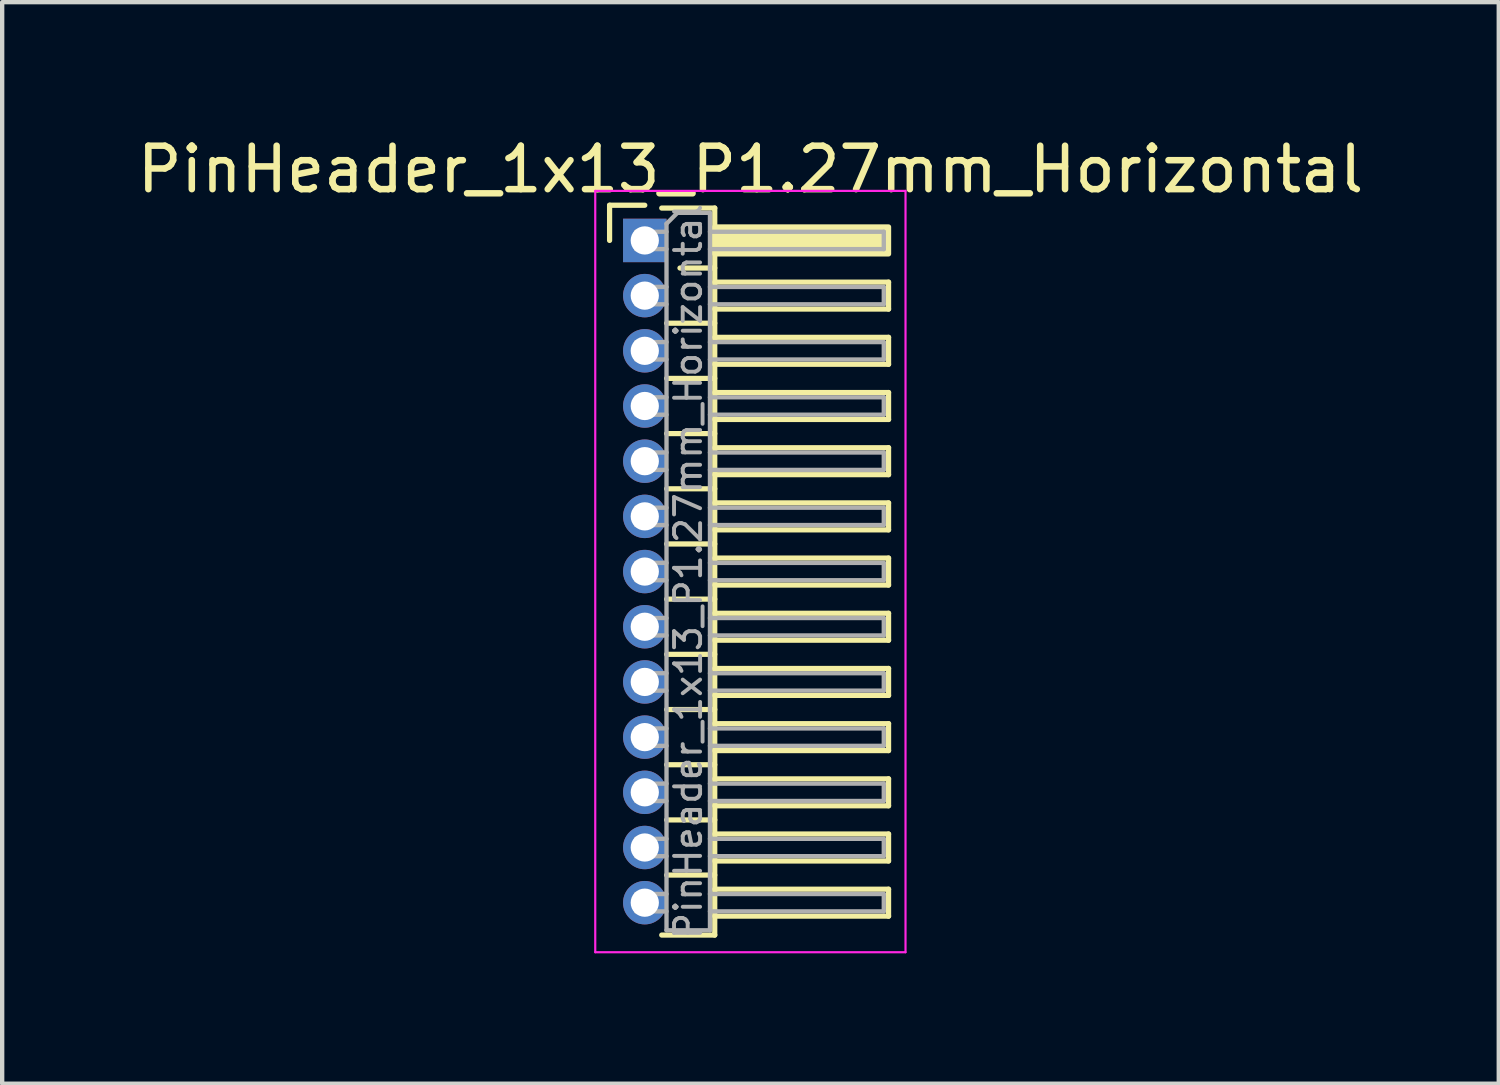
<source format=kicad_pcb>
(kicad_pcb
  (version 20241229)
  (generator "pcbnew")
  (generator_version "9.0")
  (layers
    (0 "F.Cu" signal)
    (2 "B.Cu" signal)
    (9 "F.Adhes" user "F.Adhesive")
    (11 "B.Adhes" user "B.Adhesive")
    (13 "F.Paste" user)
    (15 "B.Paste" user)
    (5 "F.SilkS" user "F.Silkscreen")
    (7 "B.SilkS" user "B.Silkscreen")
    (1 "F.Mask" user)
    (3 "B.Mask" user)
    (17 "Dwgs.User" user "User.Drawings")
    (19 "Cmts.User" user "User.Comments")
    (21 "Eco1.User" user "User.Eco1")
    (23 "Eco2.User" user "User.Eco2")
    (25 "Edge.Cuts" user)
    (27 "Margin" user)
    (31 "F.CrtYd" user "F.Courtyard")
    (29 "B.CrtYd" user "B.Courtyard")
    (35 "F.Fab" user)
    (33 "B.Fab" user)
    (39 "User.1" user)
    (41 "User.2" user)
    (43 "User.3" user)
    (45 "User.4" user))
  (footprint "PinHeader_1x13_P1.27mm_Horizontal"
    (layer "F.Cu")
    (at 11.788 2.483)
    (property "Reference" "PinHeader_1x13_P1.27mm_Horizontal" (at 2.433 -1.635 0) (layer "F.SilkS") (effects (font (size 1 1) (thickness 0.15))))
    (attr through_hole)
    (fp_line (start -0.81 -0.81) (end 0 -0.81) (stroke (width 0.12) (type solid)) (layer "F.SilkS"))
    (fp_line (start -0.81 0) (end -0.81 -0.81) (stroke (width 0.12) (type solid)) (layer "F.SilkS"))
    (fp_line (start 0.39 -0.745) (end 1.61 -0.745) (stroke (width 0.12) (type solid)) (layer "F.SilkS"))
    (fp_line (start 0.503 1.905) (end 1.61 1.905) (stroke (width 0.12) (type solid)) (layer "F.SilkS"))
    (fp_line (start 0.503 3.175) (end 1.61 3.175) (stroke (width 0.12) (type solid)) (layer "F.SilkS"))
    (fp_line (start 0.503 4.445) (end 1.61 4.445) (stroke (width 0.12) (type solid)) (layer "F.SilkS"))
    (fp_line (start 0.503 5.715) (end 1.61 5.715) (stroke (width 0.12) (type solid)) (layer "F.SilkS"))
    (fp_line (start 0.503 6.985) (end 1.61 6.985) (stroke (width 0.12) (type solid)) (layer "F.SilkS"))
    (fp_line (start 0.503 8.255) (end 1.61 8.255) (stroke (width 0.12) (type solid)) (layer "F.SilkS"))
    (fp_line (start 0.503 9.525) (end 1.61 9.525) (stroke (width 0.12) (type solid)) (layer "F.SilkS"))
    (fp_line (start 0.503 10.795) (end 1.61 10.795) (stroke (width 0.12) (type solid)) (layer "F.SilkS"))
    (fp_line (start 0.503 12.065) (end 1.61 12.065) (stroke (width 0.12) (type solid)) (layer "F.SilkS"))
    (fp_line (start 0.503 13.335) (end 1.61 13.335) (stroke (width 0.12) (type solid)) (layer "F.SilkS"))
    (fp_line (start 0.503 14.605) (end 1.61 14.605) (stroke (width 0.12) (type solid)) (layer "F.SilkS"))
    (fp_line (start 0.81 0.635) (end 1.61 0.635) (stroke (width 0.12) (type solid)) (layer "F.SilkS"))
    (fp_line (start 1.61 -0.745) (end 1.61 15.985) (stroke (width 0.12) (type solid)) (layer "F.SilkS"))
    (fp_line (start 1.61 0.96) (end 5.61 0.96) (stroke (width 0.12) (type solid)) (layer "F.SilkS"))
    (fp_line (start 1.61 2.23) (end 5.61 2.23) (stroke (width 0.12) (type solid)) (layer "F.SilkS"))
    (fp_line (start 1.61 3.5) (end 5.61 3.5) (stroke (width 0.12) (type solid)) (layer "F.SilkS"))
    (fp_line (start 1.61 4.77) (end 5.61 4.77) (stroke (width 0.12) (type solid)) (layer "F.SilkS"))
    (fp_line (start 1.61 6.04) (end 5.61 6.04) (stroke (width 0.12) (type solid)) (layer "F.SilkS"))
    (fp_line (start 1.61 7.31) (end 5.61 7.31) (stroke (width 0.12) (type solid)) (layer "F.SilkS"))
    (fp_line (start 1.61 8.58) (end 5.61 8.58) (stroke (width 0.12) (type solid)) (layer "F.SilkS"))
    (fp_line (start 1.61 9.85) (end 5.61 9.85) (stroke (width 0.12) (type solid)) (layer "F.SilkS"))
    (fp_line (start 1.61 11.12) (end 5.61 11.12) (stroke (width 0.12) (type solid)) (layer "F.SilkS"))
    (fp_line (start 1.61 12.39) (end 5.61 12.39) (stroke (width 0.12) (type solid)) (layer "F.SilkS"))
    (fp_line (start 1.61 13.66) (end 5.61 13.66) (stroke (width 0.12) (type solid)) (layer "F.SilkS"))
    (fp_line (start 1.61 14.93) (end 5.61 14.93) (stroke (width 0.12) (type solid)) (layer "F.SilkS"))
    (fp_line (start 1.61 15.985) (end 0.39 15.985) (stroke (width 0.12) (type solid)) (layer "F.SilkS"))
    (fp_line (start 5.61 0.96) (end 5.61 1.58) (stroke (width 0.12) (type solid)) (layer "F.SilkS"))
    (fp_line (start 5.61 1.58) (end 1.61 1.58) (stroke (width 0.12) (type solid)) (layer "F.SilkS"))
    (fp_line (start 5.61 2.23) (end 5.61 2.85) (stroke (width 0.12) (type solid)) (layer "F.SilkS"))
    (fp_line (start 5.61 2.85) (end 1.61 2.85) (stroke (width 0.12) (type solid)) (layer "F.SilkS"))
    (fp_line (start 5.61 3.5) (end 5.61 4.12) (stroke (width 0.12) (type solid)) (layer "F.SilkS"))
    (fp_line (start 5.61 4.12) (end 1.61 4.12) (stroke (width 0.12) (type solid)) (layer "F.SilkS"))
    (fp_line (start 5.61 4.77) (end 5.61 5.39) (stroke (width 0.12) (type solid)) (layer "F.SilkS"))
    (fp_line (start 5.61 5.39) (end 1.61 5.39) (stroke (width 0.12) (type solid)) (layer "F.SilkS"))
    (fp_line (start 5.61 6.04) (end 5.61 6.66) (stroke (width 0.12) (type solid)) (layer "F.SilkS"))
    (fp_line (start 5.61 6.66) (end 1.61 6.66) (stroke (width 0.12) (type solid)) (layer "F.SilkS"))
    (fp_line (start 5.61 7.31) (end 5.61 7.93) (stroke (width 0.12) (type solid)) (layer "F.SilkS"))
    (fp_line (start 5.61 7.93) (end 1.61 7.93) (stroke (width 0.12) (type solid)) (layer "F.SilkS"))
    (fp_line (start 5.61 8.58) (end 5.61 9.2) (stroke (width 0.12) (type solid)) (layer "F.SilkS"))
    (fp_line (start 5.61 9.2) (end 1.61 9.2) (stroke (width 0.12) (type solid)) (layer "F.SilkS"))
    (fp_line (start 5.61 9.85) (end 5.61 10.47) (stroke (width 0.12) (type solid)) (layer "F.SilkS"))
    (fp_line (start 5.61 10.47) (end 1.61 10.47) (stroke (width 0.12) (type solid)) (layer "F.SilkS"))
    (fp_line (start 5.61 11.12) (end 5.61 11.74) (stroke (width 0.12) (type solid)) (layer "F.SilkS"))
    (fp_line (start 5.61 11.74) (end 1.61 11.74) (stroke (width 0.12) (type solid)) (layer "F.SilkS"))
    (fp_line (start 5.61 12.39) (end 5.61 13.01) (stroke (width 0.12) (type solid)) (layer "F.SilkS"))
    (fp_line (start 5.61 13.01) (end 1.61 13.01) (stroke (width 0.12) (type solid)) (layer "F.SilkS"))
    (fp_line (start 5.61 13.66) (end 5.61 14.28) (stroke (width 0.12) (type solid)) (layer "F.SilkS"))
    (fp_line (start 5.61 14.28) (end 1.61 14.28) (stroke (width 0.12) (type solid)) (layer "F.SilkS"))
    (fp_line (start 5.61 14.93) (end 5.61 15.55) (stroke (width 0.12) (type solid)) (layer "F.SilkS"))
    (fp_line (start 5.61 15.55) (end 1.61 15.55) (stroke (width 0.12) (type solid)) (layer "F.SilkS"))
    (fp_rect (start 1.61 -0.31) (end 5.61 0.31) (stroke (width 0.12) (type solid)) (fill yes) (layer "F.SilkS"))
    (fp_line (start -1.14 -1.14) (end -1.14 16.38) (stroke (width 0.05) (type solid)) (layer "F.CrtYd"))
    (fp_line (start -1.14 16.38) (end 6 16.38) (stroke (width 0.05) (type solid)) (layer "F.CrtYd"))
    (fp_line (start 6 -1.14) (end -1.14 -1.14) (stroke (width 0.05) (type solid)) (layer "F.CrtYd"))
    (fp_line (start 6 16.38) (end 6 -1.14) (stroke (width 0.05) (type solid)) (layer "F.CrtYd"))
    (fp_line (start -0.2 -0.2) (end -0.2 0.2) (stroke (width 0.1) (type solid)) (layer "F.Fab"))
    (fp_line (start -0.2 -0.2) (end 0.5 -0.2) (stroke (width 0.1) (type solid)) (layer "F.Fab"))
    (fp_line (start -0.2 0.2) (end 0.5 0.2) (stroke (width 0.1) (type solid)) (layer "F.Fab"))
    (fp_line (start -0.2 1.07) (end -0.2 1.47) (stroke (width 0.1) (type solid)) (layer "F.Fab"))
    (fp_line (start -0.2 1.07) (end 0.5 1.07) (stroke (width 0.1) (type solid)) (layer "F.Fab"))
    (fp_line (start -0.2 1.47) (end 0.5 1.47) (stroke (width 0.1) (type solid)) (layer "F.Fab"))
    (fp_line (start -0.2 2.34) (end -0.2 2.74) (stroke (width 0.1) (type solid)) (layer "F.Fab"))
    (fp_line (start -0.2 2.34) (end 0.5 2.34) (stroke (width 0.1) (type solid)) (layer "F.Fab"))
    (fp_line (start -0.2 2.74) (end 0.5 2.74) (stroke (width 0.1) (type solid)) (layer "F.Fab"))
    (fp_line (start -0.2 3.61) (end -0.2 4.01) (stroke (width 0.1) (type solid)) (layer "F.Fab"))
    (fp_line (start -0.2 3.61) (end 0.5 3.61) (stroke (width 0.1) (type solid)) (layer "F.Fab"))
    (fp_line (start -0.2 4.01) (end 0.5 4.01) (stroke (width 0.1) (type solid)) (layer "F.Fab"))
    (fp_line (start -0.2 4.88) (end -0.2 5.28) (stroke (width 0.1) (type solid)) (layer "F.Fab"))
    (fp_line (start -0.2 4.88) (end 0.5 4.88) (stroke (width 0.1) (type solid)) (layer "F.Fab"))
    (fp_line (start -0.2 5.28) (end 0.5 5.28) (stroke (width 0.1) (type solid)) (layer "F.Fab"))
    (fp_line (start -0.2 6.15) (end -0.2 6.55) (stroke (width 0.1) (type solid)) (layer "F.Fab"))
    (fp_line (start -0.2 6.15) (end 0.5 6.15) (stroke (width 0.1) (type solid)) (layer "F.Fab"))
    (fp_line (start -0.2 6.55) (end 0.5 6.55) (stroke (width 0.1) (type solid)) (layer "F.Fab"))
    (fp_line (start -0.2 7.42) (end -0.2 7.82) (stroke (width 0.1) (type solid)) (layer "F.Fab"))
    (fp_line (start -0.2 7.42) (end 0.5 7.42) (stroke (width 0.1) (type solid)) (layer "F.Fab"))
    (fp_line (start -0.2 7.82) (end 0.5 7.82) (stroke (width 0.1) (type solid)) (layer "F.Fab"))
    (fp_line (start -0.2 8.69) (end -0.2 9.09) (stroke (width 0.1) (type solid)) (layer "F.Fab"))
    (fp_line (start -0.2 8.69) (end 0.5 8.69) (stroke (width 0.1) (type solid)) (layer "F.Fab"))
    (fp_line (start -0.2 9.09) (end 0.5 9.09) (stroke (width 0.1) (type solid)) (layer "F.Fab"))
    (fp_line (start -0.2 9.96) (end -0.2 10.36) (stroke (width 0.1) (type solid)) (layer "F.Fab"))
    (fp_line (start -0.2 9.96) (end 0.5 9.96) (stroke (width 0.1) (type solid)) (layer "F.Fab"))
    (fp_line (start -0.2 10.36) (end 0.5 10.36) (stroke (width 0.1) (type solid)) (layer "F.Fab"))
    (fp_line (start -0.2 11.23) (end -0.2 11.63) (stroke (width 0.1) (type solid)) (layer "F.Fab"))
    (fp_line (start -0.2 11.23) (end 0.5 11.23) (stroke (width 0.1) (type solid)) (layer "F.Fab"))
    (fp_line (start -0.2 11.63) (end 0.5 11.63) (stroke (width 0.1) (type solid)) (layer "F.Fab"))
    (fp_line (start -0.2 12.5) (end -0.2 12.9) (stroke (width 0.1) (type solid)) (layer "F.Fab"))
    (fp_line (start -0.2 12.5) (end 0.5 12.5) (stroke (width 0.1) (type solid)) (layer "F.Fab"))
    (fp_line (start -0.2 12.9) (end 0.5 12.9) (stroke (width 0.1) (type solid)) (layer "F.Fab"))
    (fp_line (start -0.2 13.77) (end -0.2 14.17) (stroke (width 0.1) (type solid)) (layer "F.Fab"))
    (fp_line (start -0.2 13.77) (end 0.5 13.77) (stroke (width 0.1) (type solid)) (layer "F.Fab"))
    (fp_line (start -0.2 14.17) (end 0.5 14.17) (stroke (width 0.1) (type solid)) (layer "F.Fab"))
    (fp_line (start -0.2 15.04) (end -0.2 15.44) (stroke (width 0.1) (type solid)) (layer "F.Fab"))
    (fp_line (start -0.2 15.04) (end 0.5 15.04) (stroke (width 0.1) (type solid)) (layer "F.Fab"))
    (fp_line (start -0.2 15.44) (end 0.5 15.44) (stroke (width 0.1) (type solid)) (layer "F.Fab"))
    (fp_line (start 0.5 -0.385) (end 0.75 -0.635) (stroke (width 0.1) (type solid)) (layer "F.Fab"))
    (fp_line (start 0.5 15.875) (end 0.5 -0.385) (stroke (width 0.1) (type solid)) (layer "F.Fab"))
    (fp_line (start 0.75 -0.635) (end 1.5 -0.635) (stroke (width 0.1) (type solid)) (layer "F.Fab"))
    (fp_line (start 1.5 -0.635) (end 1.5 15.875) (stroke (width 0.1) (type solid)) (layer "F.Fab"))
    (fp_line (start 1.5 -0.2) (end 5.5 -0.2) (stroke (width 0.1) (type solid)) (layer "F.Fab"))
    (fp_line (start 1.5 0.2) (end 5.5 0.2) (stroke (width 0.1) (type solid)) (layer "F.Fab"))
    (fp_line (start 1.5 1.07) (end 5.5 1.07) (stroke (width 0.1) (type solid)) (layer "F.Fab"))
    (fp_line (start 1.5 1.47) (end 5.5 1.47) (stroke (width 0.1) (type solid)) (layer "F.Fab"))
    (fp_line (start 1.5 2.34) (end 5.5 2.34) (stroke (width 0.1) (type solid)) (layer "F.Fab"))
    (fp_line (start 1.5 2.74) (end 5.5 2.74) (stroke (width 0.1) (type solid)) (layer "F.Fab"))
    (fp_line (start 1.5 3.61) (end 5.5 3.61) (stroke (width 0.1) (type solid)) (layer "F.Fab"))
    (fp_line (start 1.5 4.01) (end 5.5 4.01) (stroke (width 0.1) (type solid)) (layer "F.Fab"))
    (fp_line (start 1.5 4.88) (end 5.5 4.88) (stroke (width 0.1) (type solid)) (layer "F.Fab"))
    (fp_line (start 1.5 5.28) (end 5.5 5.28) (stroke (width 0.1) (type solid)) (layer "F.Fab"))
    (fp_line (start 1.5 6.15) (end 5.5 6.15) (stroke (width 0.1) (type solid)) (layer "F.Fab"))
    (fp_line (start 1.5 6.55) (end 5.5 6.55) (stroke (width 0.1) (type solid)) (layer "F.Fab"))
    (fp_line (start 1.5 7.42) (end 5.5 7.42) (stroke (width 0.1) (type solid)) (layer "F.Fab"))
    (fp_line (start 1.5 7.82) (end 5.5 7.82) (stroke (width 0.1) (type solid)) (layer "F.Fab"))
    (fp_line (start 1.5 8.69) (end 5.5 8.69) (stroke (width 0.1) (type solid)) (layer "F.Fab"))
    (fp_line (start 1.5 9.09) (end 5.5 9.09) (stroke (width 0.1) (type solid)) (layer "F.Fab"))
    (fp_line (start 1.5 9.96) (end 5.5 9.96) (stroke (width 0.1) (type solid)) (layer "F.Fab"))
    (fp_line (start 1.5 10.36) (end 5.5 10.36) (stroke (width 0.1) (type solid)) (layer "F.Fab"))
    (fp_line (start 1.5 11.23) (end 5.5 11.23) (stroke (width 0.1) (type solid)) (layer "F.Fab"))
    (fp_line (start 1.5 11.63) (end 5.5 11.63) (stroke (width 0.1) (type solid)) (layer "F.Fab"))
    (fp_line (start 1.5 12.5) (end 5.5 12.5) (stroke (width 0.1) (type solid)) (layer "F.Fab"))
    (fp_line (start 1.5 12.9) (end 5.5 12.9) (stroke (width 0.1) (type solid)) (layer "F.Fab"))
    (fp_line (start 1.5 13.77) (end 5.5 13.77) (stroke (width 0.1) (type solid)) (layer "F.Fab"))
    (fp_line (start 1.5 14.17) (end 5.5 14.17) (stroke (width 0.1) (type solid)) (layer "F.Fab"))
    (fp_line (start 1.5 15.04) (end 5.5 15.04) (stroke (width 0.1) (type solid)) (layer "F.Fab"))
    (fp_line (start 1.5 15.44) (end 5.5 15.44) (stroke (width 0.1) (type solid)) (layer "F.Fab"))
    (fp_line (start 1.5 15.875) (end 0.5 15.875) (stroke (width 0.1) (type solid)) (layer "F.Fab"))
    (fp_line (start 5.5 -0.2) (end 5.5 0.2) (stroke (width 0.1) (type solid)) (layer "F.Fab"))
    (fp_line (start 5.5 1.07) (end 5.5 1.47) (stroke (width 0.1) (type solid)) (layer "F.Fab"))
    (fp_line (start 5.5 2.34) (end 5.5 2.74) (stroke (width 0.1) (type solid)) (layer "F.Fab"))
    (fp_line (start 5.5 3.61) (end 5.5 4.01) (stroke (width 0.1) (type solid)) (layer "F.Fab"))
    (fp_line (start 5.5 4.88) (end 5.5 5.28) (stroke (width 0.1) (type solid)) (layer "F.Fab"))
    (fp_line (start 5.5 6.15) (end 5.5 6.55) (stroke (width 0.1) (type solid)) (layer "F.Fab"))
    (fp_line (start 5.5 7.42) (end 5.5 7.82) (stroke (width 0.1) (type solid)) (layer "F.Fab"))
    (fp_line (start 5.5 8.69) (end 5.5 9.09) (stroke (width 0.1) (type solid)) (layer "F.Fab"))
    (fp_line (start 5.5 9.96) (end 5.5 10.36) (stroke (width 0.1) (type solid)) (layer "F.Fab"))
    (fp_line (start 5.5 11.23) (end 5.5 11.63) (stroke (width 0.1) (type solid)) (layer "F.Fab"))
    (fp_line (start 5.5 12.5) (end 5.5 12.9) (stroke (width 0.1) (type solid)) (layer "F.Fab"))
    (fp_line (start 5.5 13.77) (end 5.5 14.17) (stroke (width 0.1) (type solid)) (layer "F.Fab"))
    (fp_line (start 5.5 15.04) (end 5.5 15.44) (stroke (width 0.1) (type solid)) (layer "F.Fab"))
    (fp_text user "${REFERENCE}" (at 1 7.62 90) (layer "F.Fab") (effects (font (size 0.6 0.6) (thickness 0.09))))
    (pad "1" thru_hole rect (at 0 0) (size 1 1) (drill 0.65) (layers "*.Cu" "*.Mask"))
    (pad "2" thru_hole circle (at 0 1.27) (size 1 1) (drill 0.65) (layers "*.Cu" "*.Mask"))
    (pad "3" thru_hole circle (at 0 2.54) (size 1 1) (drill 0.65) (layers "*.Cu" "*.Mask"))
    (pad "4" thru_hole circle (at 0 3.81) (size 1 1) (drill 0.65) (layers "*.Cu" "*.Mask"))
    (pad "5" thru_hole circle (at 0 5.08) (size 1 1) (drill 0.65) (layers "*.Cu" "*.Mask"))
    (pad "6" thru_hole circle (at 0 6.35) (size 1 1) (drill 0.65) (layers "*.Cu" "*.Mask"))
    (pad "7" thru_hole circle (at 0 7.62) (size 1 1) (drill 0.65) (layers "*.Cu" "*.Mask"))
    (pad "8" thru_hole circle (at 0 8.89) (size 1 1) (drill 0.65) (layers "*.Cu" "*.Mask"))
    (pad "9" thru_hole circle (at 0 10.16) (size 1 1) (drill 0.65) (layers "*.Cu" "*.Mask"))
    (pad "10" thru_hole circle (at 0 11.43) (size 1 1) (drill 0.65) (layers "*.Cu" "*.Mask"))
    (pad "11" thru_hole circle (at 0 12.7) (size 1 1) (drill 0.65) (layers "*.Cu" "*.Mask"))
    (pad "12" thru_hole circle (at 0 13.97) (size 1 1) (drill 0.65) (layers "*.Cu" "*.Mask"))
    (pad "13" thru_hole circle (at 0 15.24) (size 1 1) (drill 0.65) (layers "*.Cu" "*.Mask")))
  (gr_rect
    (start -3 -3)
    (end 31.44 21.888)
    (stroke (width 0.1) (type default))
    (fill no)
    (layer "Edge.Cuts")))
</source>
